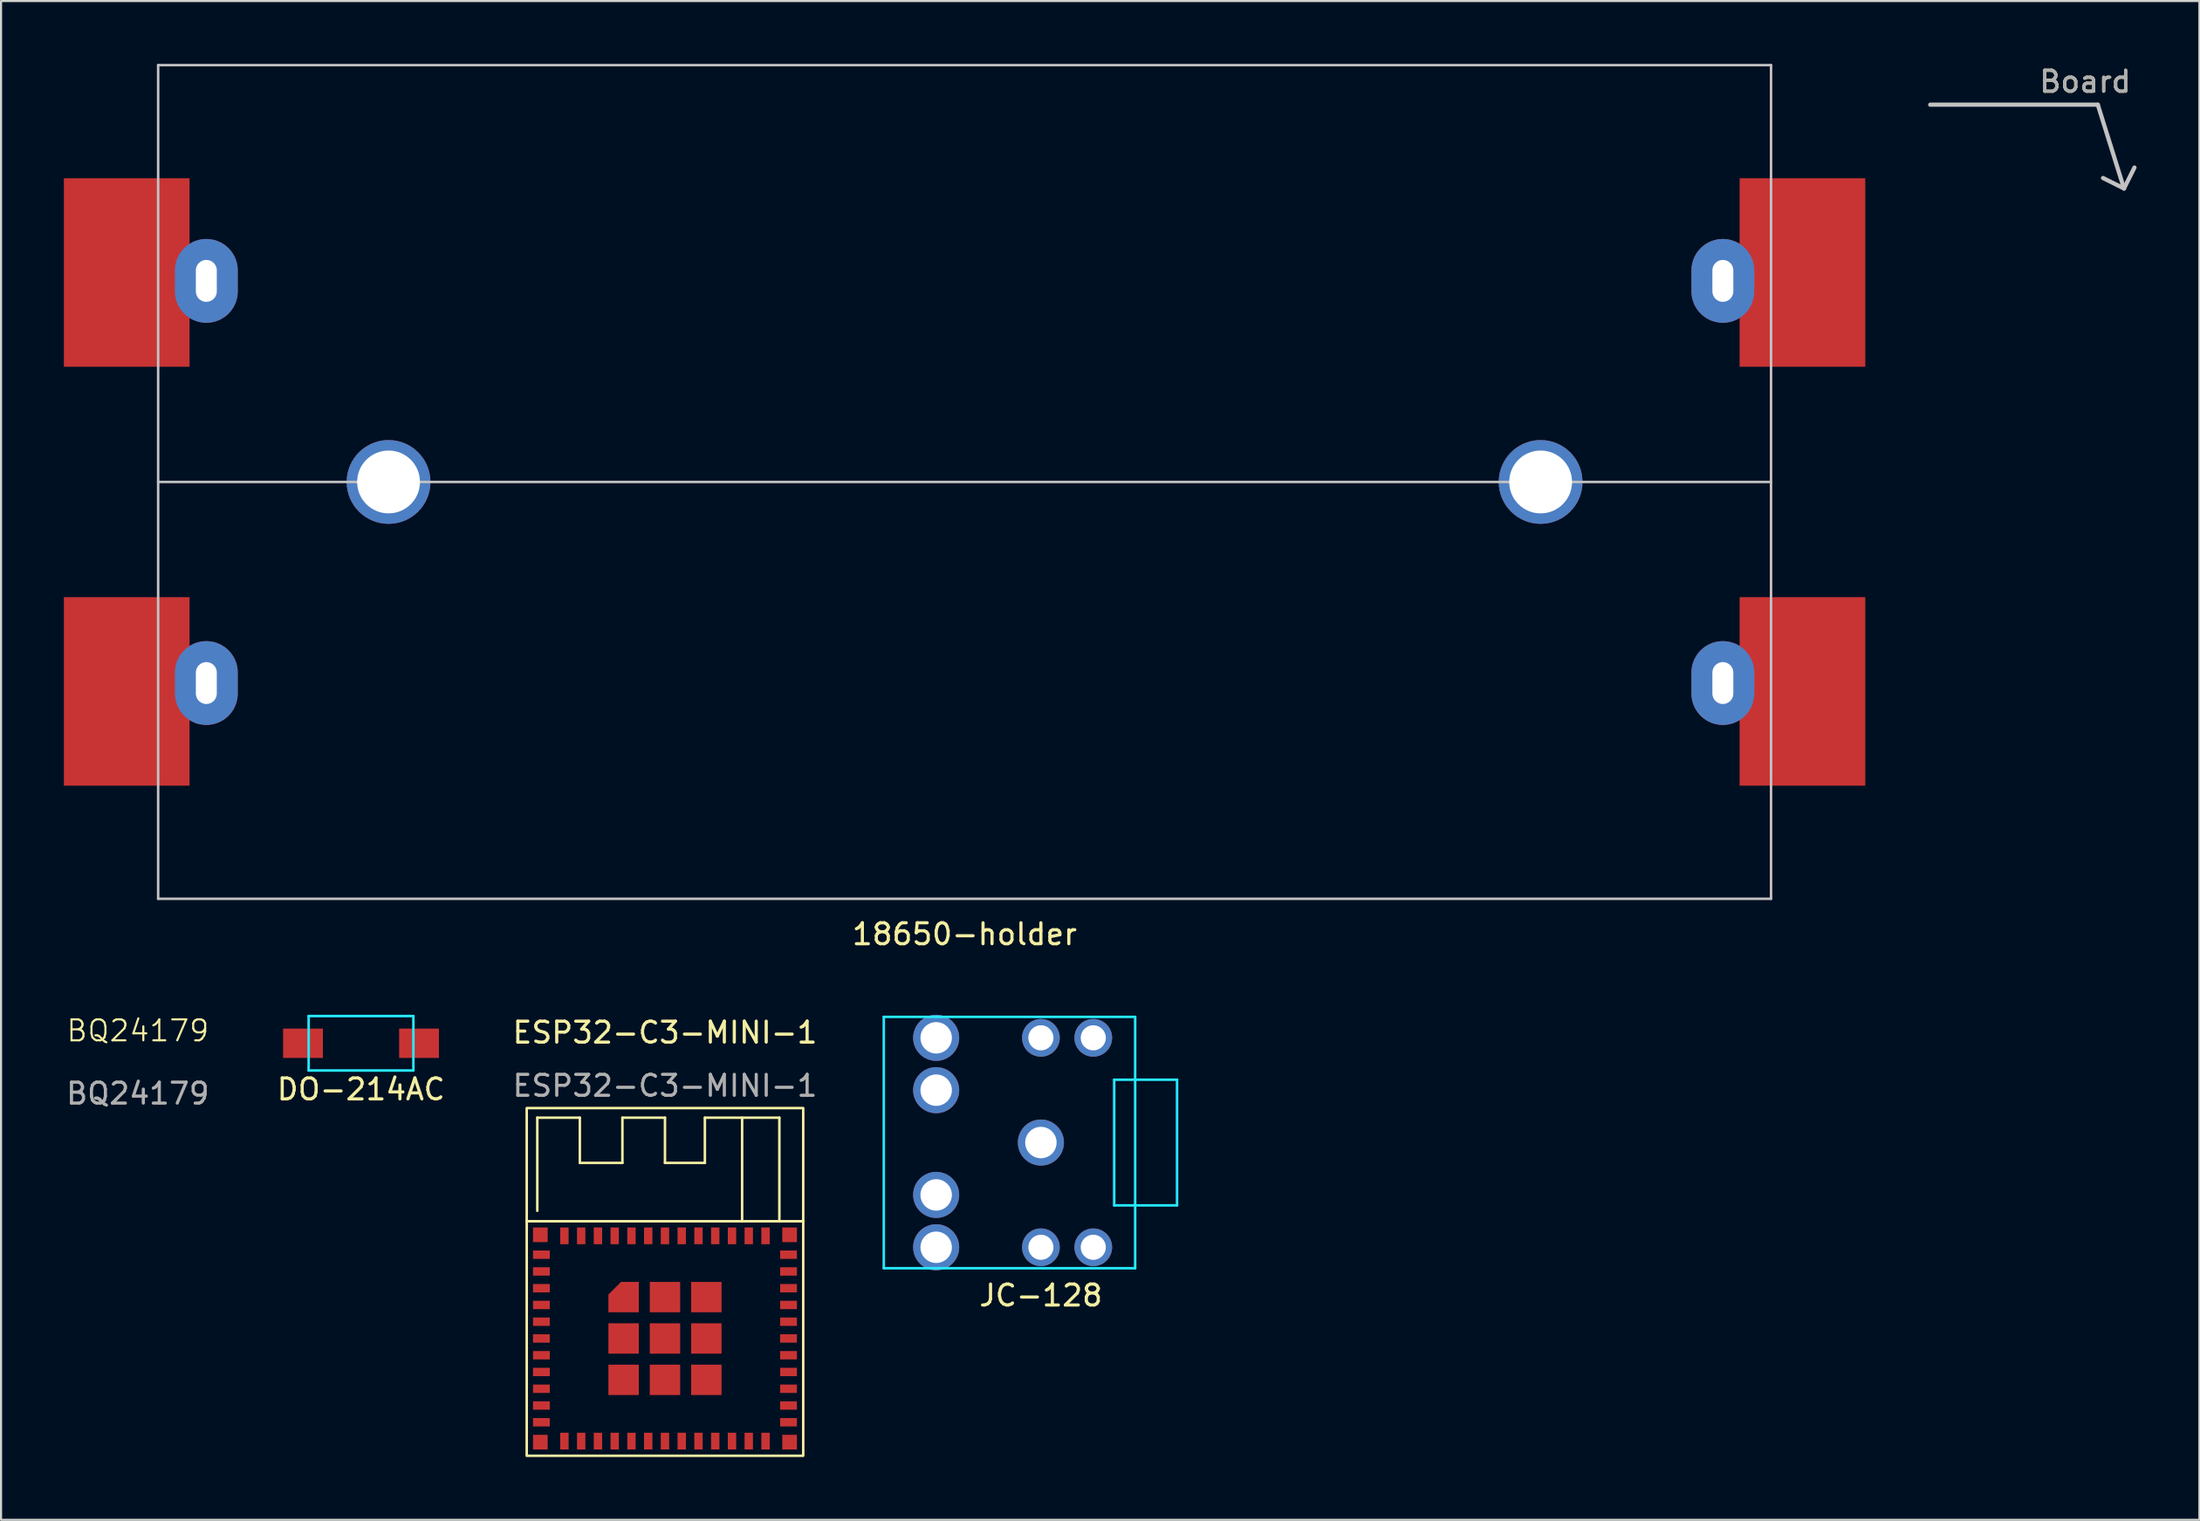
<source format=kicad_pcb>
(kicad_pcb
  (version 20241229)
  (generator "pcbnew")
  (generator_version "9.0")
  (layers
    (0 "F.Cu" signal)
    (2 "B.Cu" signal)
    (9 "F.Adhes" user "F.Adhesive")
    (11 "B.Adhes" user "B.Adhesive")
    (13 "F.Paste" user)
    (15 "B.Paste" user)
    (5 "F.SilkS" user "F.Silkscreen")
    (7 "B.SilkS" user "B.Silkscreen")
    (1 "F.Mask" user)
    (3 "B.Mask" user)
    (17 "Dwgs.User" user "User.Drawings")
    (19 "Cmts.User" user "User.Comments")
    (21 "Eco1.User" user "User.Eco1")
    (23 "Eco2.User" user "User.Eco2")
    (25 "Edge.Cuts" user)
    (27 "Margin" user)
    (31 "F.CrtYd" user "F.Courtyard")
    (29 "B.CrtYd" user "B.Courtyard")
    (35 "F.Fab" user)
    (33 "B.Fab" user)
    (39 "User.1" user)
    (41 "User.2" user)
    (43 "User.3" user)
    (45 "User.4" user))
  (footprint "JC-128"
    (layer "F.Cu")
    (at 50.043 51.498)
    (property "Reference" "JC-128" (at -3.4 7.3 0) (layer "F.SilkS") (effects (font (size 1 1) (thickness 0.15))))
    (attr through_hole)
    (fp_line (start -10.9 -6) (end -10.9 6) (stroke (width 0.12) (type solid)) (layer "B.CrtYd"))
    (fp_line (start -10.9 6) (end 1.1 6) (stroke (width 0.12) (type solid)) (layer "B.CrtYd"))
    (fp_line (start 0.1 -3) (end 0.1 3) (stroke (width 0.12) (type solid)) (layer "B.CrtYd"))
    (fp_line (start 1.1 -6) (end -10.9 -6) (stroke (width 0.12) (type solid)) (layer "B.CrtYd"))
    (fp_line (start 1.1 6) (end 1.1 -6) (stroke (width 0.12) (type solid)) (layer "B.CrtYd"))
    (fp_line (start 3.1 -3) (end 0.1 -3) (stroke (width 0.12) (type solid)) (layer "B.CrtYd"))
    (fp_line (start 3.1 3) (end 0.1 3) (stroke (width 0.12) (type solid)) (layer "B.CrtYd"))
    (fp_line (start 3.1 3) (end 3.1 -3) (stroke (width 0.12) (type solid)) (layer "B.CrtYd"))
    (pad "-1" thru_hole circle (at -3.4 -5 1.5) (size 1.8 1.8) (drill 1.2) (layers "*.Cu" "*.Mask"))
    (pad "-1" thru_hole circle (at -3.4 5 1.5) (size 1.8 1.8) (drill 1.2) (layers "*.Cu" "*.Mask"))
    (pad "-1" thru_hole circle (at -0.9 -5 91.5) (size 1.8 1.8) (drill 1.2) (layers "*.Cu" "*.Mask"))
    (pad "-1" thru_hole circle (at -0.9 5 1.5) (size 1.8 1.8) (drill 1.2) (layers "*.Cu" "*.Mask"))
    (pad "1" thru_hole circle (at -3.4 0 1.5) (size 2.2 2.2) (drill 1.5) (layers "*.Cu" "*.Mask"))
    (pad "2" thru_hole circle (at -8.4 5 1.5) (size 2.2 2.2) (drill 1.5) (layers "*.Cu" "*.Mask"))
    (pad "3" thru_hole circle (at -8.4 2.5 1.5) (size 2.2 2.2) (drill 1.5) (layers "*.Cu" "*.Mask"))
    (pad "4" thru_hole circle (at -8.4 -2.5 1.5) (size 2.2 2.2) (drill 1.5) (layers "*.Cu" "*.Mask"))
    (pad "5" thru_hole circle (at -8.4 -5 1.5) (size 2.2 2.2) (drill 1.5) (layers "*.Cu" "*.Mask")))
  (footprint "DO-214AC"
    (layer "F.Cu")
    (at 14.185 46.758)
    (property "Reference" "DO-214AC" (at 0 2.2 0) (layer "F.SilkS") (effects (font (size 1 1) (thickness 0.15))))
    (attr smd)
    (fp_line (start -2.5 -1.3) (end 2.5 -1.3) (stroke (width 0.12) (type solid)) (layer "B.CrtYd"))
    (fp_line (start -2.5 1.3) (end -2.5 -1.3) (stroke (width 0.12) (type solid)) (layer "B.CrtYd"))
    (fp_line (start 2.5 -1.3) (end 2.5 1.3) (stroke (width 0.12) (type solid)) (layer "B.CrtYd"))
    (fp_line (start 2.5 1.3) (end -2.5 1.3) (stroke (width 0.12) (type solid)) (layer "B.CrtYd"))
    (pad "1" smd rect (at -2.77 0) (size 1.9 1.4) (layers "F.Cu" "F.Mask" "F.Paste"))
    (pad "2" smd rect (at 2.77 0) (size 1.9 1.4) (layers "F.Cu" "F.Mask" "F.Paste")))
  (footprint "Board"
    (layer "F.Cu")
    (at 98.4 5.948)
    (property "Reference" "Board" (at -1.9 -5.1 0) (unlocked yes) (layer "F.SilkS") (effects (font (size 1 1) (thickness 0.15))))
    (attr exclude_from_pos_files exclude_from_bom)
    (fp_line (start -1.3 -4) (end -9.3 -4) (stroke (width 0.2) (type solid)) (layer "Dwgs.User"))
    (fp_line (start -0.05 0) (end -1.3 -4) (stroke (width 0.2) (type solid)) (layer "Dwgs.User"))
    (fp_line (start -0.05 0) (end -1.05 -0.5) (stroke (width 0.2) (type solid)) (layer "Dwgs.User"))
    (fp_line (start -0.05 0) (end 0.45 -1) (stroke (width 0.2) (type solid)) (layer "Dwgs.User"))
    (fp_text user "${REFERENCE}" (at -1.9 -5.1 0) (unlocked yes) (layer "F.Fab") (effects (font (size 1 1) (thickness 0.15)))))
  (footprint "BQ24179"
    (layer "F.Cu")
    (at 3.53 46.659)
    (property "Reference" "BQ24179" (at 0 -0.5 0) (unlocked yes) (layer "F.SilkS") (effects (font (size 1 1) (thickness 0.1))))
    (attr smd)
    (fp_text user "${REFERENCE}" (at 0 2.5 0) (unlocked yes) (layer "F.Fab") (effects (font (size 1 1) (thickness 0.15)))))
  (footprint "ESP32-C3-MINI-1"
    (layer "F.Cu")
    (at 28.696 60.852)
    (property "Reference" "ESP32-C3-MINI-1" (at 0 -14.605 0) (unlocked yes) (layer "F.SilkS") (effects (font (size 1 1) (thickness 0.15))))
    (attr smd)
    (fp_line (start -6.096 -10.541) (end -6.096 -6.096) (stroke (width 0.12) (type solid)) (layer "F.SilkS"))
    (fp_line (start -4.064 -10.541) (end -6.096 -10.541) (stroke (width 0.12) (type solid)) (layer "F.SilkS"))
    (fp_line (start -4.064 -8.382) (end -4.064 -10.541) (stroke (width 0.12) (type solid)) (layer "F.SilkS"))
    (fp_line (start -2.032 -10.541) (end -2.032 -8.382) (stroke (width 0.12) (type solid)) (layer "F.SilkS"))
    (fp_line (start -2.032 -8.382) (end -4.064 -8.382) (stroke (width 0.12) (type solid)) (layer "F.SilkS"))
    (fp_line (start 0 -10.541) (end -2.032 -10.541) (stroke (width 0.12) (type solid)) (layer "F.SilkS"))
    (fp_line (start 0 -8.382) (end 0 -10.541) (stroke (width 0.12) (type solid)) (layer "F.SilkS"))
    (fp_line (start 1.905 -10.541) (end 1.905 -8.382) (stroke (width 0.12) (type solid)) (layer "F.SilkS"))
    (fp_line (start 1.905 -8.382) (end 0 -8.382) (stroke (width 0.12) (type solid)) (layer "F.SilkS"))
    (fp_line (start 3.683 -5.588) (end 3.683 -10.541) (stroke (width 0.12) (type solid)) (layer "F.SilkS"))
    (fp_line (start 5.461 -10.541) (end 1.905 -10.541) (stroke (width 0.12) (type solid)) (layer "F.SilkS"))
    (fp_line (start 5.461 -5.588) (end 5.461 -10.541) (stroke (width 0.12) (type solid)) (layer "F.SilkS"))
    (fp_rect (start -6.6 -5.6) (end 6.6 -11) (stroke (width 0.12) (type solid)) (fill no) (layer "F.SilkS"))
    (fp_rect (start -6.6 -5.6) (end 6.6 5.6) (stroke (width 0.12) (type solid)) (fill no) (layer "F.SilkS"))
    (fp_text user "${REFERENCE}" (at 0 -12.065 0) (unlocked yes) (layer "F.Fab") (effects (font (size 1 1) (thickness 0.15))))
    (pad "1" smd rect (at -5.9 -4) (size 0.8 0.4) (layers "F.Cu" "F.Mask" "F.Paste"))
    (pad "2" smd rect (at -5.9 -3.2) (size 0.8 0.4) (layers "F.Cu" "F.Mask" "F.Paste"))
    (pad "3" smd rect (at -5.9 -2.4) (size 0.8 0.4) (layers "F.Cu" "F.Mask" "F.Paste"))
    (pad "4" smd rect (at -5.9 -1.6) (size 0.8 0.4) (layers "F.Cu" "F.Mask" "F.Paste"))
    (pad "5" smd rect (at -5.9 -0.8) (size 0.8 0.4) (layers "F.Cu" "F.Mask" "F.Paste"))
    (pad "6" smd rect (at -5.9 0) (size 0.8 0.4) (layers "F.Cu" "F.Mask" "F.Paste"))
    (pad "7" smd rect (at -5.9 0.8) (size 0.8 0.4) (layers "F.Cu" "F.Mask" "F.Paste"))
    (pad "8" smd rect (at -5.9 1.6) (size 0.8 0.4) (layers "F.Cu" "F.Mask" "F.Paste"))
    (pad "9" smd rect (at -5.9 2.4) (size 0.8 0.4) (layers "F.Cu" "F.Mask" "F.Paste"))
    (pad "10" smd rect (at -5.9 3.2) (size 0.8 0.4) (layers "F.Cu" "F.Mask" "F.Paste"))
    (pad "11" smd rect (at -5.9 4) (size 0.8 0.4) (layers "F.Cu" "F.Mask" "F.Paste"))
    (pad "12" smd rect (at -4.8 4.9 90) (size 0.8 0.4) (layers "F.Cu" "F.Mask" "F.Paste"))
    (pad "13" smd rect (at -4 4.9 90) (size 0.8 0.4) (layers "F.Cu" "F.Mask" "F.Paste"))
    (pad "14" smd rect (at -3.2 4.9 90) (size 0.8 0.4) (layers "F.Cu" "F.Mask" "F.Paste"))
    (pad "15" smd rect (at -2.4 4.9 90) (size 0.8 0.4) (layers "F.Cu" "F.Mask" "F.Paste"))
    (pad "16" smd rect (at -1.6 4.9 90) (size 0.8 0.4) (layers "F.Cu" "F.Mask" "F.Paste"))
    (pad "17" smd rect (at -0.8 4.9 90) (size 0.8 0.4) (layers "F.Cu" "F.Mask" "F.Paste"))
    (pad "18" smd rect (at 0 4.9 90) (size 0.8 0.4) (layers "F.Cu" "F.Mask" "F.Paste"))
    (pad "19" smd rect (at 0.8 4.9 90) (size 0.8 0.4) (layers "F.Cu" "F.Mask" "F.Paste"))
    (pad "20" smd rect (at 1.6 4.9 90) (size 0.8 0.4) (layers "F.Cu" "F.Mask" "F.Paste"))
    (pad "21" smd rect (at 2.4 4.9 90) (size 0.8 0.4) (layers "F.Cu" "F.Mask" "F.Paste"))
    (pad "22" smd rect (at 3.2 4.9 90) (size 0.8 0.4) (layers "F.Cu" "F.Mask" "F.Paste"))
    (pad "23" smd rect (at 4 4.9 90) (size 0.8 0.4) (layers "F.Cu" "F.Mask" "F.Paste"))
    (pad "24" smd rect (at 4.8 4.9 90) (size 0.8 0.4) (layers "F.Cu" "F.Mask" "F.Paste"))
    (pad "25" smd rect (at 5.9 4) (size 0.8 0.4) (layers "F.Cu" "F.Mask" "F.Paste"))
    (pad "26" smd rect (at 5.9 3.2) (size 0.8 0.4) (layers "F.Cu" "F.Mask" "F.Paste"))
    (pad "27" smd rect (at 5.9 2.4) (size 0.8 0.4) (layers "F.Cu" "F.Mask" "F.Paste"))
    (pad "28" smd rect (at 5.9 1.6) (size 0.8 0.4) (layers "F.Cu" "F.Mask" "F.Paste"))
    (pad "29" smd rect (at 5.9 0.8) (size 0.8 0.4) (layers "F.Cu" "F.Mask" "F.Paste"))
    (pad "30" smd rect (at 5.9 0) (size 0.8 0.4) (layers "F.Cu" "F.Mask" "F.Paste"))
    (pad "31" smd rect (at 5.9 -0.8) (size 0.8 0.4) (layers "F.Cu" "F.Mask" "F.Paste"))
    (pad "32" smd rect (at 5.9 -1.6) (size 0.8 0.4) (layers "F.Cu" "F.Mask" "F.Paste"))
    (pad "33" smd rect (at 5.9 -2.4) (size 0.8 0.4) (layers "F.Cu" "F.Mask" "F.Paste"))
    (pad "34" smd rect (at 5.9 -3.2) (size 0.8 0.4) (layers "F.Cu" "F.Mask" "F.Paste"))
    (pad "35" smd rect (at 5.9 -4) (size 0.8 0.4) (layers "F.Cu" "F.Mask" "F.Paste"))
    (pad "36" smd rect (at 4.8 -4.9 90) (size 0.8 0.4) (layers "F.Cu" "F.Mask" "F.Paste"))
    (pad "37" smd rect (at 4 -4.9 90) (size 0.8 0.4) (layers "F.Cu" "F.Mask" "F.Paste"))
    (pad "38" smd rect (at 3.2 -4.9 90) (size 0.8 0.4) (layers "F.Cu" "F.Mask" "F.Paste"))
    (pad "39" smd rect (at 2.4 -4.9 90) (size 0.8 0.4) (layers "F.Cu" "F.Mask" "F.Paste"))
    (pad "40" smd rect (at 1.6 -4.9 90) (size 0.8 0.4) (layers "F.Cu" "F.Mask" "F.Paste"))
    (pad "41" smd rect (at 0.8 -4.9 90) (size 0.8 0.4) (layers "F.Cu" "F.Mask" "F.Paste"))
    (pad "42" smd rect (at 0 -4.9 90) (size 0.8 0.4) (layers "F.Cu" "F.Mask" "F.Paste"))
    (pad "43" smd rect (at -0.8 -4.9 90) (size 0.8 0.4) (layers "F.Cu" "F.Mask" "F.Paste"))
    (pad "44" smd rect (at -1.6 -4.9 90) (size 0.8 0.4) (layers "F.Cu" "F.Mask" "F.Paste"))
    (pad "45" smd rect (at -2.4 -4.9 90) (size 0.8 0.4) (layers "F.Cu" "F.Mask" "F.Paste"))
    (pad "46" smd rect (at -3.2 -4.9 90) (size 0.8 0.4) (layers "F.Cu" "F.Mask" "F.Paste"))
    (pad "47" smd rect (at -4 -4.9 90) (size 0.8 0.4) (layers "F.Cu" "F.Mask" "F.Paste"))
    (pad "48" smd rect (at -4.8 -4.9 90) (size 0.8 0.4) (layers "F.Cu" "F.Mask" "F.Paste"))
    (pad "49" smd roundrect (at -1.975 -1.975) (size 1.45 1.45) (layers "F.Cu" "F.Mask" "F.Paste") (roundrect_rratio 0) (chamfer_ratio 0.414) (chamfer top_left))
    (pad "49" smd rect (at -1.975 0) (size 1.45 1.45) (layers "F.Cu" "F.Mask" "F.Paste"))
    (pad "49" smd rect (at -1.975 1.975) (size 1.45 1.45) (layers "F.Cu" "F.Mask" "F.Paste"))
    (pad "49" smd rect (at 0 -1.975) (size 1.45 1.45) (layers "F.Cu" "F.Mask" "F.Paste"))
    (pad "49" smd rect (at 0 0) (size 1.45 1.45) (layers "F.Cu" "F.Mask" "F.Paste"))
    (pad "49" smd rect (at 0 1.975) (size 1.45 1.45) (layers "F.Cu" "F.Mask" "F.Paste"))
    (pad "49" smd rect (at 1.975 -1.975) (size 1.45 1.45) (layers "F.Cu" "F.Mask" "F.Paste"))
    (pad "49" smd rect (at 1.975 0) (size 1.45 1.45) (layers "F.Cu" "F.Mask" "F.Paste"))
    (pad "49" smd rect (at 1.975 1.975) (size 1.45 1.45) (layers "F.Cu" "F.Mask" "F.Paste"))
    (pad "50" smd rect (at 5.95 -4.95) (size 0.7 0.7) (layers "F.Cu" "F.Mask" "F.Paste"))
    (pad "51" smd rect (at 5.95 4.95) (size 0.7 0.7) (layers "F.Cu" "F.Mask" "F.Paste"))
    (pad "52" smd rect (at -5.95 4.95) (size 0.7 0.7) (layers "F.Cu" "F.Mask" "F.Paste"))
    (pad "53" smd rect (at -5.95 -4.95) (size 0.7 0.7) (layers "F.Cu" "F.Mask" "F.Paste")))
  (footprint "18650-holder"
    (layer "F.Cu")
    (at 43 19.96)
    (property "Reference" "18650-holder" (at 0 21.59 0) (layer "F.SilkS") (effects (font (size 1 1) (thickness 0.15))))
    (attr through_hole)
    (fp_line (start -38.5 -19.9) (end -38.5 19.9) (stroke (width 0.12) (type solid)) (layer "Dwgs.User"))
    (fp_line (start 38.5 -19.9) (end -38.5 -19.9) (stroke (width 0.12) (type solid)) (layer "Dwgs.User"))
    (fp_line (start 38.5 0) (end -38.5 0) (stroke (width 0.12) (type solid)) (layer "Dwgs.User"))
    (fp_line (start 38.5 19.9) (end -38.5 19.9) (stroke (width 0.12) (type solid)) (layer "Dwgs.User"))
    (fp_line (start 38.5 19.9) (end 38.5 -19.9) (stroke (width 0.12) (type solid)) (layer "Dwgs.User"))
    (pad "-1" thru_hole circle (at -27.5 0) (size 4 4) (drill 3) (layers "*.Cu" "*.Mask"))
    (pad "-1" thru_hole circle (at 27.5 0) (size 4 4) (drill 3) (layers "*.Cu" "*.Mask"))
    (pad "1" thru_hole oval (at 36.2 9.6) (size 3 4) (drill oval 1 2) (layers "*.Cu" "*.Mask"))
    (pad "1" smd rect (at 40 10) (size 6 9) (layers "F.Cu" "F.Mask" "F.Paste"))
    (pad "2" smd rect (at -40 10) (size 6 9) (layers "F.Cu" "F.Mask" "F.Paste"))
    (pad "2" thru_hole oval (at -36.2 9.6) (size 3 4) (drill oval 1 2) (layers "*.Cu" "*.Mask"))
    (pad "3" thru_hole oval (at 36.2 -9.6) (size 3 4) (drill oval 1 2) (layers "*.Cu" "*.Mask"))
    (pad "3" smd rect (at 40 -10) (size 6 9) (layers "F.Cu" "F.Mask" "F.Paste"))
    (pad "4" smd rect (at -40 -10) (size 6 9) (layers "F.Cu" "F.Mask" "F.Paste"))
    (pad "4" thru_hole oval (at -36.2 -9.6) (size 3 4) (drill oval 1 2) (layers "*.Cu" "*.Mask")))
  (gr_rect
    (start -3 -3)
    (end 101.95 69.511)
    (stroke (width 0.1) (type default))
    (fill no)
    (layer "Edge.Cuts")))
</source>
